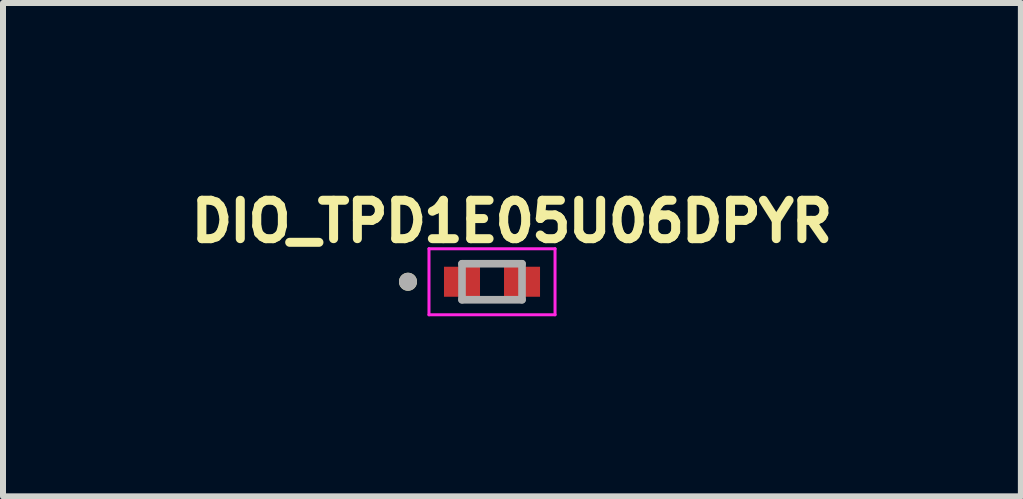
<source format=kicad_pcb>
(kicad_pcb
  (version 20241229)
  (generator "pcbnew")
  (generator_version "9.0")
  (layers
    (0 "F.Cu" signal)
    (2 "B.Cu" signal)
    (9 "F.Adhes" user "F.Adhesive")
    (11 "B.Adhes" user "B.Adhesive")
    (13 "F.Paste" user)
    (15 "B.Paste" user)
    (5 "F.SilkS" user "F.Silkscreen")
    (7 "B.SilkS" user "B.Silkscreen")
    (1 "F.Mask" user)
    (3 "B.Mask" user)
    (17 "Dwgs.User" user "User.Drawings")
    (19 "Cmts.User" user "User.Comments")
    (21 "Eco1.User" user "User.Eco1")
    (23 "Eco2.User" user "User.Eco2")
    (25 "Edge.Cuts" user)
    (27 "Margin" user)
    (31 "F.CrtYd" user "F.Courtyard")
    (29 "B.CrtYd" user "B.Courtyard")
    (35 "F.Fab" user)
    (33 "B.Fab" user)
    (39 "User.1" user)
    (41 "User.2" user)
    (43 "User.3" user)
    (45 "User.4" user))
  (footprint "DIO_TPD1E05U06DPYR"
    (layer "F.Cu")
    (at 5.147 1.644)
    (property "Reference" "DIO_TPD1E05U06DPYR" (at 0.332 -1.006 0) (layer "F.SilkS") (effects (font (size 0.64 0.64) (thickness 0.15))))
    (attr through_hole)
    (fp_circle (center -1.4 0) (end -1.325 0) (stroke (width 0.15) (type solid)) (fill no) (layer "F.SilkS"))
    (fp_line (start -1.05 -0.55) (end -1.05 0.55) (stroke (width 0.05) (type solid)) (layer "F.CrtYd"))
    (fp_line (start -1.05 0.55) (end 1.05 0.55) (stroke (width 0.05) (type solid)) (layer "F.CrtYd"))
    (fp_line (start 1.05 -0.55) (end -1.05 -0.55) (stroke (width 0.05) (type solid)) (layer "F.CrtYd"))
    (fp_line (start 1.05 0.55) (end 1.05 -0.55) (stroke (width 0.05) (type solid)) (layer "F.CrtYd"))
    (fp_line (start -0.5 -0.3) (end -0.5 0.3) (stroke (width 0.127) (type solid)) (layer "F.Fab"))
    (fp_line (start -0.5 0.3) (end 0.5 0.3) (stroke (width 0.127) (type solid)) (layer "F.Fab"))
    (fp_line (start 0.5 -0.3) (end -0.5 -0.3) (stroke (width 0.127) (type solid)) (layer "F.Fab"))
    (fp_line (start 0.5 0.3) (end 0.5 -0.3) (stroke (width 0.127) (type solid)) (layer "F.Fab"))
    (fp_circle (center -1.4 0) (end -1.325 0) (stroke (width 0.15) (type solid)) (fill no) (layer "F.Fab"))
    (pad "1" smd rect (at -0.5 0) (size 0.6 0.5) (layers "F.Cu" "F.Mask" "F.Paste"))
    (pad "2" smd rect (at 0.5 0) (size 0.6 0.5) (layers "F.Cu" "F.Mask" "F.Paste")))
  (gr_rect
    (start -3 -3)
    (end 13.958 5.219)
    (stroke (width 0.1) (type default))
    (fill no)
    (layer "Edge.Cuts")))
</source>
